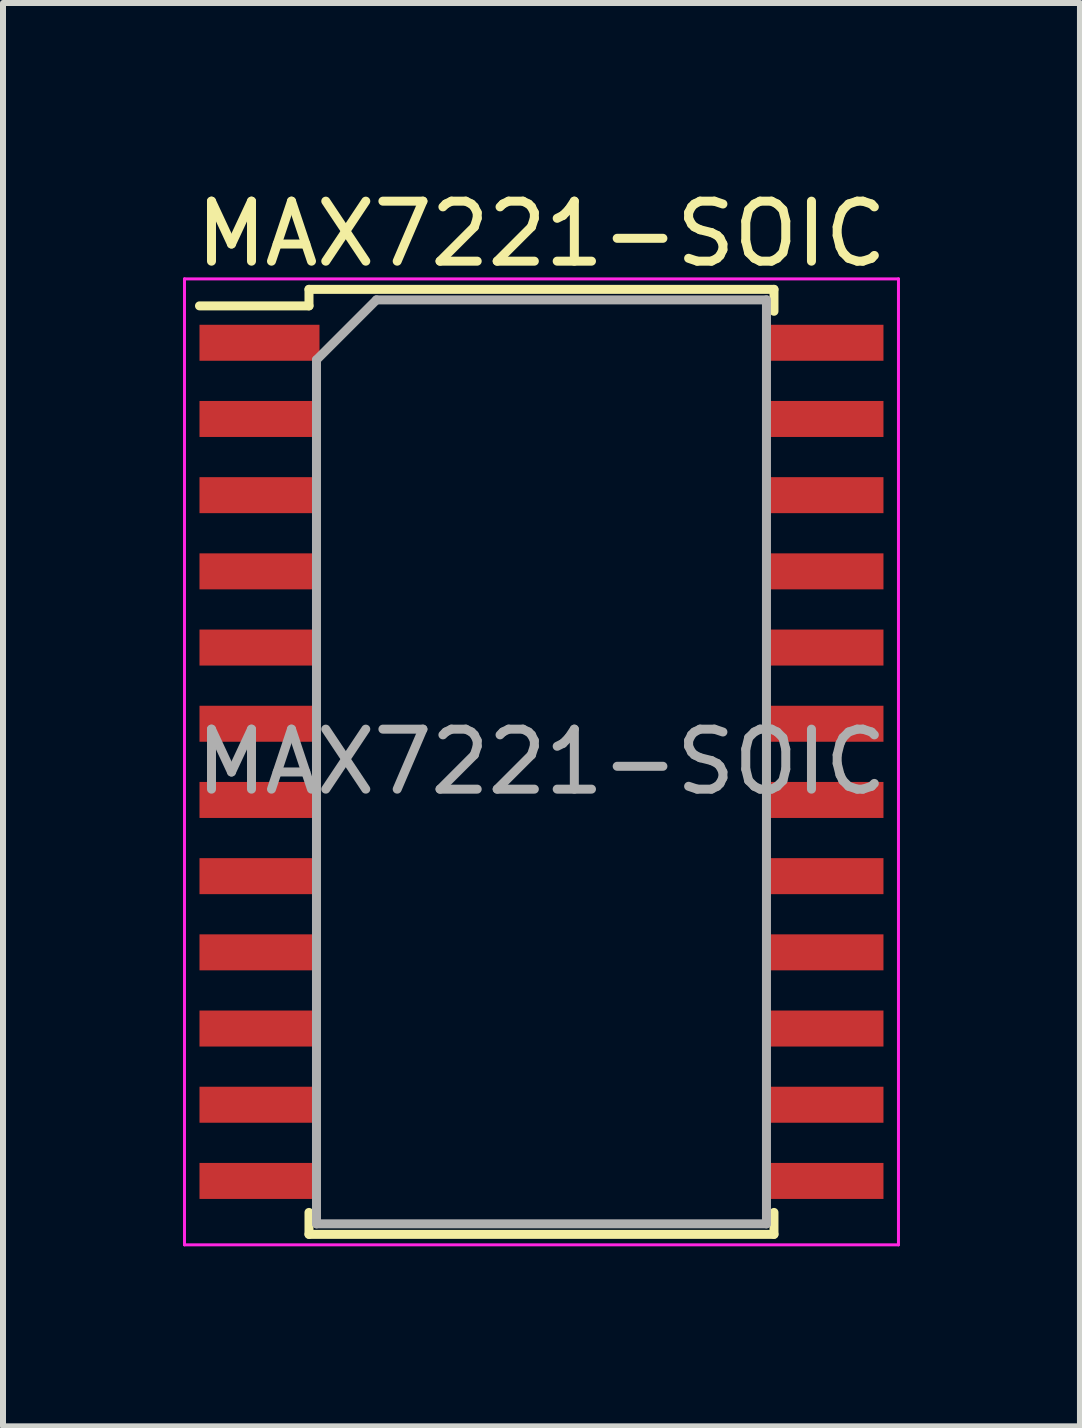
<source format=kicad_pcb>
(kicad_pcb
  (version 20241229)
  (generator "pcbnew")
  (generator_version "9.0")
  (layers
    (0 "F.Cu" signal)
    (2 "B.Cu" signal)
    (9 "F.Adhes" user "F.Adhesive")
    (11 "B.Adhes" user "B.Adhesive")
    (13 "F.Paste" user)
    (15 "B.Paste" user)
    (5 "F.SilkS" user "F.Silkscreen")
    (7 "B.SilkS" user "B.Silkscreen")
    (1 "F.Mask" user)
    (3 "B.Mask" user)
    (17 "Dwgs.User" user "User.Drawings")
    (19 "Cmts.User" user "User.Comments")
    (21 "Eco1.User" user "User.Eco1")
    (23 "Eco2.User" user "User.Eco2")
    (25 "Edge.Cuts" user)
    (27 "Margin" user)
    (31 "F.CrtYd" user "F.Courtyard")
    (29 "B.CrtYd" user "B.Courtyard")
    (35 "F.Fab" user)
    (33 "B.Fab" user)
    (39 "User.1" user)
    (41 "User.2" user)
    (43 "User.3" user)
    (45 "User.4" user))
  (footprint "MAX7221-SOIC"
    (layer "F.Cu")
    (at 5.975 9.648)
    (property "Reference" "MAX7221-SOIC" (at 0 -8.8 0) (layer "F.SilkS") (effects (font (size 1 1) (thickness 0.15))))
    (attr smd)
    (fp_line (start -3.875 -7.875) (end -3.875 -7.6) (stroke (width 0.15) (type solid)) (layer "F.SilkS"))
    (fp_line (start -3.875 -7.875) (end 3.875 -7.875) (stroke (width 0.15) (type solid)) (layer "F.SilkS"))
    (fp_line (start -3.875 -7.6) (end -5.7 -7.6) (stroke (width 0.15) (type solid)) (layer "F.SilkS"))
    (fp_line (start -3.875 7.875) (end -3.875 7.51) (stroke (width 0.15) (type solid)) (layer "F.SilkS"))
    (fp_line (start -3.875 7.875) (end 3.875 7.875) (stroke (width 0.15) (type solid)) (layer "F.SilkS"))
    (fp_line (start 3.875 -7.875) (end 3.875 -7.51) (stroke (width 0.15) (type solid)) (layer "F.SilkS"))
    (fp_line (start 3.875 7.875) (end 3.875 7.51) (stroke (width 0.15) (type solid)) (layer "F.SilkS"))
    (fp_line (start -5.95 -8.05) (end -5.95 8.05) (stroke (width 0.05) (type solid)) (layer "F.CrtYd"))
    (fp_line (start -5.95 -8.05) (end 5.95 -8.05) (stroke (width 0.05) (type solid)) (layer "F.CrtYd"))
    (fp_line (start -5.95 8.05) (end 5.95 8.05) (stroke (width 0.05) (type solid)) (layer "F.CrtYd"))
    (fp_line (start 5.95 -8.05) (end 5.95 8.05) (stroke (width 0.05) (type solid)) (layer "F.CrtYd"))
    (fp_line (start -3.75 -6.7) (end -2.75 -7.7) (stroke (width 0.15) (type solid)) (layer "F.Fab"))
    (fp_line (start -3.75 7.7) (end -3.75 -6.7) (stroke (width 0.15) (type solid)) (layer "F.Fab"))
    (fp_line (start -2.75 -7.7) (end 3.75 -7.7) (stroke (width 0.15) (type solid)) (layer "F.Fab"))
    (fp_line (start 3.75 -7.7) (end 3.75 7.7) (stroke (width 0.15) (type solid)) (layer "F.Fab"))
    (fp_line (start 3.75 7.7) (end -3.75 7.7) (stroke (width 0.15) (type solid)) (layer "F.Fab"))
    (fp_text user "${REFERENCE}" (at 0 0 0) (layer "F.Fab") (effects (font (size 1 1) (thickness 0.15))))
    (pad "1" smd rect (at -4.7 -6.985) (size 2 0.6) (layers "F.Cu" "F.Mask" "F.Paste"))
    (pad "2" smd rect (at -4.7 -5.715) (size 2 0.6) (layers "F.Cu" "F.Mask" "F.Paste"))
    (pad "3" smd rect (at -4.7 -4.445) (size 2 0.6) (layers "F.Cu" "F.Mask" "F.Paste"))
    (pad "4" smd rect (at -4.7 -3.175) (size 2 0.6) (layers "F.Cu" "F.Mask" "F.Paste"))
    (pad "5" smd rect (at -4.7 -1.905) (size 2 0.6) (layers "F.Cu" "F.Mask" "F.Paste"))
    (pad "6" smd rect (at -4.7 -0.635) (size 2 0.6) (layers "F.Cu" "F.Mask" "F.Paste"))
    (pad "7" smd rect (at -4.7 0.635) (size 2 0.6) (layers "F.Cu" "F.Mask" "F.Paste"))
    (pad "8" smd rect (at -4.7 1.905) (size 2 0.6) (layers "F.Cu" "F.Mask" "F.Paste"))
    (pad "9" smd rect (at -4.7 3.175) (size 2 0.6) (layers "F.Cu" "F.Mask" "F.Paste"))
    (pad "10" smd rect (at -4.7 4.445) (size 2 0.6) (layers "F.Cu" "F.Mask" "F.Paste"))
    (pad "11" smd rect (at -4.7 5.715) (size 2 0.6) (layers "F.Cu" "F.Mask" "F.Paste"))
    (pad "12" smd rect (at -4.7 6.985) (size 2 0.6) (layers "F.Cu" "F.Mask" "F.Paste"))
    (pad "13" smd rect (at 4.7 6.985) (size 2 0.6) (layers "F.Cu" "F.Mask" "F.Paste"))
    (pad "14" smd rect (at 4.7 5.715) (size 2 0.6) (layers "F.Cu" "F.Mask" "F.Paste"))
    (pad "15" smd rect (at 4.7 4.445) (size 2 0.6) (layers "F.Cu" "F.Mask" "F.Paste"))
    (pad "16" smd rect (at 4.7 3.175) (size 2 0.6) (layers "F.Cu" "F.Mask" "F.Paste"))
    (pad "17" smd rect (at 4.7 1.905) (size 2 0.6) (layers "F.Cu" "F.Mask" "F.Paste"))
    (pad "18" smd rect (at 4.7 0.635) (size 2 0.6) (layers "F.Cu" "F.Mask" "F.Paste"))
    (pad "19" smd rect (at 4.7 -0.635) (size 2 0.6) (layers "F.Cu" "F.Mask" "F.Paste"))
    (pad "20" smd rect (at 4.7 -1.905) (size 2 0.6) (layers "F.Cu" "F.Mask" "F.Paste"))
    (pad "21" smd rect (at 4.7 -3.175) (size 2 0.6) (layers "F.Cu" "F.Mask" "F.Paste"))
    (pad "22" smd rect (at 4.7 -4.445) (size 2 0.6) (layers "F.Cu" "F.Mask" "F.Paste"))
    (pad "23" smd rect (at 4.7 -5.715) (size 2 0.6) (layers "F.Cu" "F.Mask" "F.Paste"))
    (pad "24" smd rect (at 4.7 -6.985) (size 2 0.6) (layers "F.Cu" "F.Mask" "F.Paste")))
  (gr_rect
    (start -3 -3)
    (end 14.95 20.723)
    (stroke (width 0.1) (type default))
    (fill no)
    (layer "Edge.Cuts")))
</source>
